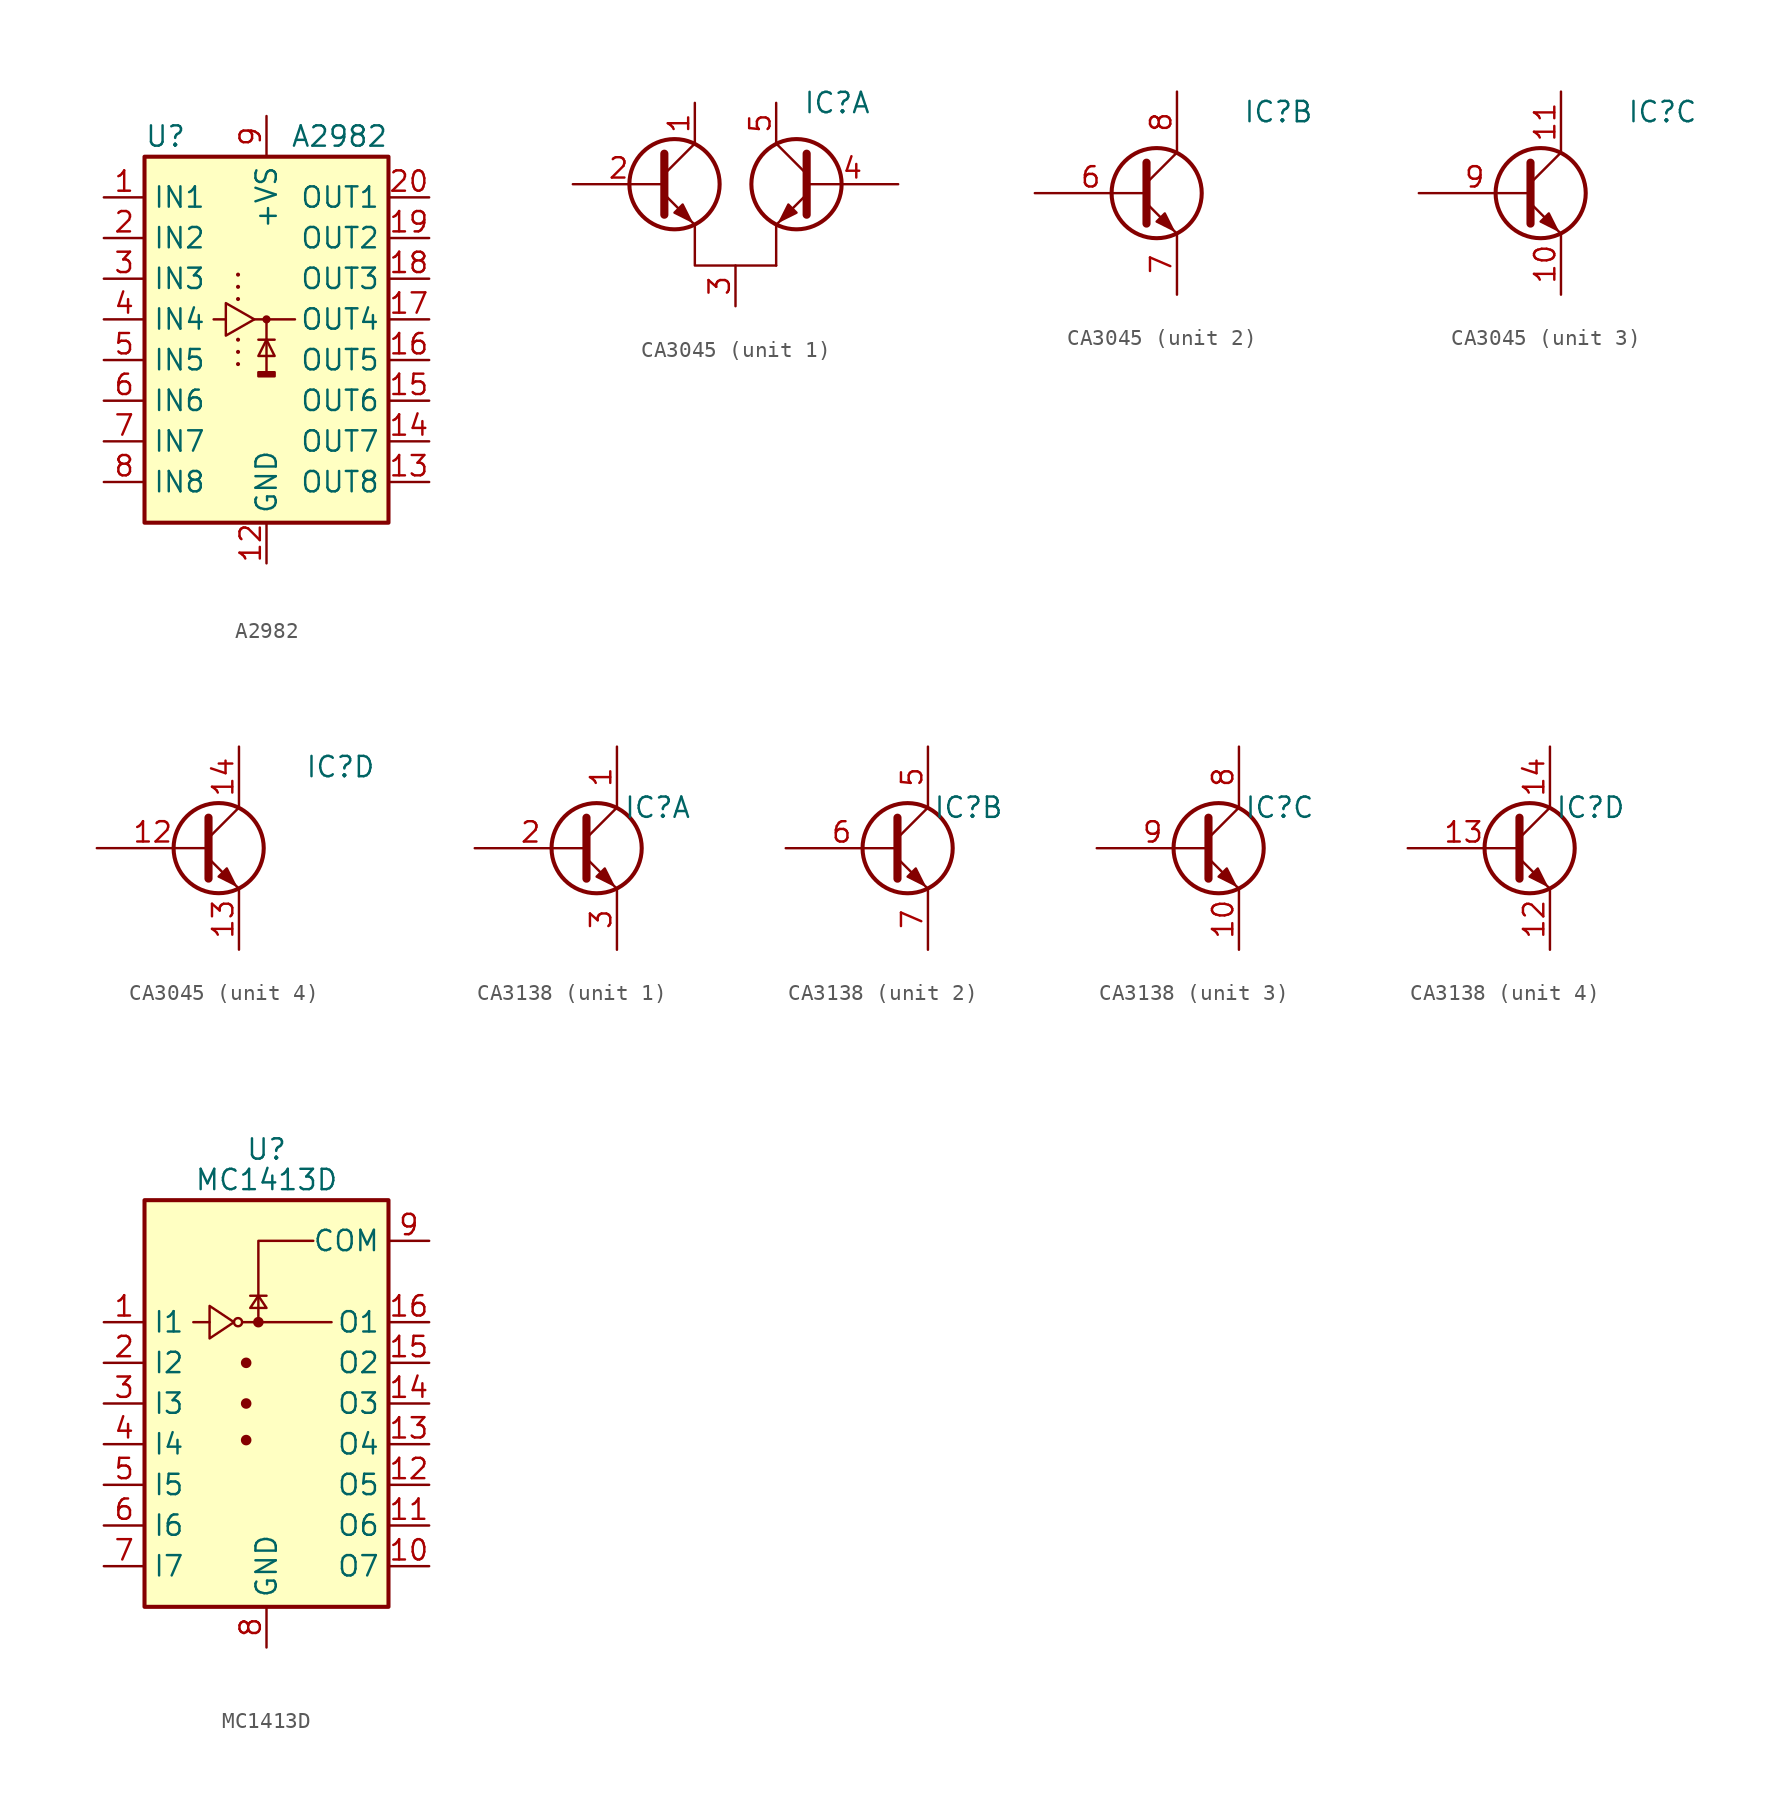
<source format=kicad_sym>
(kicad_symbol_lib
  (version 20231120)
  (generator "kicad_symbol_editor")
  (generator_version "8.0")
  (symbol "A2982"
    (property "Reference" "U"
      (at -7.62 11.43 0)
      (effects (font (size 1.27 1.27)) (justify left)))
    (property "Value" "A2982"
      (at 7.62 11.43 0)
      (effects (font (size 1.27 1.27)) (justify right)))
    (symbol "A2982_0_1"
      (rectangle (start -7.62 10.16) (end 7.62 -12.7) (stroke (width 0.254) (type default)) (fill (type background)))
      (rectangle (start -0.508 -3.302) (end 0.508 -3.556) (stroke (width 0) (type default)) (fill (type outline)))
      (polyline (pts (xy -1.778 -2.794) (xy -1.778 -2.794)) (stroke (width 0.254) (type default)) (fill (type none)))
      (polyline (pts (xy -1.778 -2.032) (xy -1.778 -2.032)) (stroke (width 0.254) (type default)) (fill (type none)))
      (polyline (pts (xy -1.778 -1.27) (xy -1.778 -1.27)) (stroke (width 0.254) (type default)) (fill (type none)))
      (polyline (pts (xy -1.778 1.27) (xy -1.778 1.27)) (stroke (width 0.254) (type default)) (fill (type none)))
      (polyline (pts (xy -1.778 2.032) (xy -1.778 2.032)) (stroke (width 0.254) (type default)) (fill (type none)))
      (polyline (pts (xy -1.778 2.794) (xy -1.778 2.794)) (stroke (width 0.254) (type default)) (fill (type none)))
      (polyline (pts (xy -0.762 0) (xy 1.778 0)) (stroke (width 0) (type default)) (fill (type none)))
      (polyline (pts (xy -0.508 -1.27) (xy 0.508 -1.27)) (stroke (width 0) (type default)) (fill (type none)))
      (polyline (pts (xy 0 0) (xy 0 -3.302)) (stroke (width 0) (type default)) (fill (type none)))
      (polyline (pts (xy 0 0) (xy 0 0)) (stroke (width 0.508) (type default)) (fill (type none)))
      (polyline (pts (xy 0 -1.27) (xy -0.508 -2.286) (xy 0.508 -2.286) (xy 0 -1.27)) (stroke (width 0) (type default)) (fill (type none)))
      (polyline (pts (xy -3.302 0) (xy -2.54 0) (xy -2.54 1.016) (xy -0.762 0) (xy -2.54 -1.016) (xy -2.54 0)) (stroke (width 0) (type default)) (fill (type none))))
    (symbol "A2982_1_1"
      (pin input line (at -10.16 7.62 0) (length 2.54) (name "IN1" (effects (font (size 1.27 1.27)))) (number "1" (effects (font (size 1.27 1.27)))))
      (pin no_connect line (at -2.54 -12.7 90) (length 2.54) hide (name "NC" (effects (font (size 1.27 1.27)))) (number "10" (effects (font (size 1.27 1.27)))))
      (pin no_connect line (at 2.54 -12.7 90) (length 2.54) hide (name "NC" (effects (font (size 1.27 1.27)))) (number "11" (effects (font (size 1.27 1.27)))))
      (pin power_in line (at 0 -15.24 90) (length 2.54) (name "GND" (effects (font (size 1.27 1.27)))) (number "12" (effects (font (size 1.27 1.27)))))
      (pin open_emitter line (at 10.16 -10.16 180) (length 2.54) (name "OUT8" (effects (font (size 1.27 1.27)))) (number "13" (effects (font (size 1.27 1.27)))))
      (pin open_emitter line (at 10.16 -7.62 180) (length 2.54) (name "OUT7" (effects (font (size 1.27 1.27)))) (number "14" (effects (font (size 1.27 1.27)))))
      (pin open_emitter line (at 10.16 -5.08 180) (length 2.54) (name "OUT6" (effects (font (size 1.27 1.27)))) (number "15" (effects (font (size 1.27 1.27)))))
      (pin open_emitter line (at 10.16 -2.54 180) (length 2.54) (name "OUT5" (effects (font (size 1.27 1.27)))) (number "16" (effects (font (size 1.27 1.27)))))
      (pin open_emitter line (at 10.16 0 180) (length 2.54) (name "OUT4" (effects (font (size 1.27 1.27)))) (number "17" (effects (font (size 1.27 1.27)))))
      (pin open_emitter line (at 10.16 2.54 180) (length 2.54) (name "OUT3" (effects (font (size 1.27 1.27)))) (number "18" (effects (font (size 1.27 1.27)))))
      (pin open_emitter line (at 10.16 5.08 180) (length 2.54) (name "OUT2" (effects (font (size 1.27 1.27)))) (number "19" (effects (font (size 1.27 1.27)))))
      (pin input line (at -10.16 5.08 0) (length 2.54) (name "IN2" (effects (font (size 1.27 1.27)))) (number "2" (effects (font (size 1.27 1.27)))))
      (pin open_emitter line (at 10.16 7.62 180) (length 2.54) (name "OUT1" (effects (font (size 1.27 1.27)))) (number "20" (effects (font (size 1.27 1.27)))))
      (pin input line (at -10.16 2.54 0) (length 2.54) (name "IN3" (effects (font (size 1.27 1.27)))) (number "3" (effects (font (size 1.27 1.27)))))
      (pin input line (at -10.16 0 0) (length 2.54) (name "IN4" (effects (font (size 1.27 1.27)))) (number "4" (effects (font (size 1.27 1.27)))))
      (pin input line (at -10.16 -2.54 0) (length 2.54) (name "IN5" (effects (font (size 1.27 1.27)))) (number "5" (effects (font (size 1.27 1.27)))))
      (pin input line (at -10.16 -5.08 0) (length 2.54) (name "IN6" (effects (font (size 1.27 1.27)))) (number "6" (effects (font (size 1.27 1.27)))))
      (pin input line (at -10.16 -7.62 0) (length 2.54) (name "IN7" (effects (font (size 1.27 1.27)))) (number "7" (effects (font (size 1.27 1.27)))))
      (pin input line (at -10.16 -10.16 0) (length 2.54) (name "IN8" (effects (font (size 1.27 1.27)))) (number "8" (effects (font (size 1.27 1.27)))))
      (pin power_in line (at 0 12.7 270) (length 2.54) (name "+VS" (effects (font (size 1.27 1.27)))) (number "9" (effects (font (size 1.27 1.27)))))))
  (symbol "CA3045"
    (property "Reference" "IC"
      (at 6.35 5.08 0)
      (effects (font (size 1.27 1.27))))
    (property "Value" ""
      (at -3.81 0 0)
      (effects (font (size 1.27 1.27))))
    (property "ki_locked" ""
      (at 0 0 0)
      (effects (font (size 1.27 1.27))))
    (symbol "CA3045_1_1"
      (circle (center -3.81 0) (radius 2.819) (stroke (width 0.254) (type default)) (fill (type none)))
      (polyline (pts (xy -4.445 0.635) (xy -2.54 2.54)) (stroke (width 0) (type default)) (fill (type none)))
      (polyline (pts (xy 2.54 -5.08) (xy 2.54 -2.54)) (stroke (width 0) (type default)) (fill (type none)))
      (polyline (pts (xy 4.445 0.635) (xy 2.54 2.54)) (stroke (width 0) (type default)) (fill (type none)))
      (polyline (pts (xy -4.445 -0.635) (xy -2.54 -2.54) (xy -2.54 -2.54)) (stroke (width 0) (type default)) (fill (type none)))
      (polyline (pts (xy -4.445 1.905) (xy -4.445 -1.905) (xy -4.445 -1.905)) (stroke (width 0.508) (type default)) (fill (type none)))
      (polyline (pts (xy 2.54 -5.08) (xy -2.54 -5.08) (xy -2.54 -2.54)) (stroke (width 0) (type default)) (fill (type none)))
      (polyline (pts (xy 4.445 -0.635) (xy 2.54 -2.54) (xy 2.54 -2.54)) (stroke (width 0) (type default)) (fill (type none)))
      (polyline (pts (xy 4.445 1.905) (xy 4.445 -1.905) (xy 4.445 -1.905)) (stroke (width 0.508) (type default)) (fill (type none)))
      (polyline (pts (xy -3.81 -1.778) (xy -3.302 -1.27) (xy -2.794 -2.286) (xy -3.81 -1.778) (xy -3.81 -1.778)) (stroke (width 0) (type default)) (fill (type outline)))
      (polyline (pts (xy 3.81 -1.778) (xy 3.302 -1.27) (xy 2.794 -2.286) (xy 3.81 -1.778) (xy 3.81 -1.778)) (stroke (width 0) (type default)) (fill (type outline)))
      (circle (center 3.81 0) (radius 2.819) (stroke (width 0.254) (type default)) (fill (type none)))
      (pin passive line (at -2.54 5.08 270) (length 2.54) (name "" (effects (font (size 1.27 1.27)))) (number "1" (effects (font (size 1.27 1.27)))))
      (pin input line (at -10.16 0 0) (length 5.715) (name "" (effects (font (size 1.27 1.27)))) (number "2" (effects (font (size 1.27 1.27)))))
      (pin passive line (at 0 -7.62 90) (length 2.54) (name "" (effects (font (size 1.27 1.27)))) (number "3" (effects (font (size 1.27 1.27)))))
      (pin input line (at 10.16 0 180) (length 5.715) (name "" (effects (font (size 1.27 1.27)))) (number "4" (effects (font (size 1.27 1.27)))))
      (pin passive line (at 2.54 5.08 270) (length 2.54) (name "" (effects (font (size 1.27 1.27)))) (number "5" (effects (font (size 1.27 1.27))))))
    (symbol "CA3045_2_1"
      (circle (center -1.27 0) (radius 2.819) (stroke (width 0.254) (type default)) (fill (type none)))
      (polyline (pts (xy -1.905 0.635) (xy 0 2.54)) (stroke (width 0) (type default)) (fill (type none)))
      (polyline (pts (xy -1.905 -0.635) (xy 0 -2.54) (xy 0 -2.54)) (stroke (width 0) (type default)) (fill (type none)))
      (polyline (pts (xy -1.905 1.905) (xy -1.905 -1.905) (xy -1.905 -1.905)) (stroke (width 0.508) (type default)) (fill (type none)))
      (polyline (pts (xy -1.27 -1.778) (xy -0.762 -1.27) (xy -0.254 -2.286) (xy -1.27 -1.778) (xy -1.27 -1.778)) (stroke (width 0) (type default)) (fill (type outline)))
      (pin input line (at -8.89 0 0) (length 6.985) (name "" (effects (font (size 1.27 1.27)))) (number "6" (effects (font (size 1.27 1.27)))))
      (pin passive line (at 0 -6.35 90) (length 3.81) (name "" (effects (font (size 1.27 1.27)))) (number "7" (effects (font (size 1.27 1.27)))))
      (pin passive line (at 0 6.35 270) (length 3.81) (name "C1" (effects (font (size 0 0)))) (number "8" (effects (font (size 1.27 1.27))))))
    (symbol "CA3045_3_1"
      (circle (center -1.27 0) (radius 2.819) (stroke (width 0.254) (type default)) (fill (type none)))
      (polyline (pts (xy -1.905 0.635) (xy 0 2.54)) (stroke (width 0) (type default)) (fill (type none)))
      (polyline (pts (xy -1.905 -0.635) (xy 0 -2.54) (xy 0 -2.54)) (stroke (width 0) (type default)) (fill (type none)))
      (polyline (pts (xy -1.905 1.905) (xy -1.905 -1.905) (xy -1.905 -1.905)) (stroke (width 0.508) (type default)) (fill (type none)))
      (polyline (pts (xy -1.27 -1.778) (xy -0.762 -1.27) (xy -0.254 -2.286) (xy -1.27 -1.778) (xy -1.27 -1.778)) (stroke (width 0) (type default)) (fill (type outline)))
      (pin passive line (at 0 -6.35 90) (length 3.81) (name "" (effects (font (size 1.27 1.27)))) (number "10" (effects (font (size 1.27 1.27)))))
      (pin passive line (at 0 6.35 270) (length 3.81) (name "" (effects (font (size 1.27 1.27)))) (number "11" (effects (font (size 1.27 1.27)))))
      (pin input line (at -8.89 0 0) (length 6.985) (name "" (effects (font (size 1.27 1.27)))) (number "9" (effects (font (size 1.27 1.27))))))
    (symbol "CA3045_4_1"
      (circle (center -1.27 0) (radius 2.819) (stroke (width 0.254) (type default)) (fill (type none)))
      (polyline (pts (xy -1.905 0.635) (xy 0 2.54)) (stroke (width 0) (type default)) (fill (type none)))
      (polyline (pts (xy -1.905 -0.635) (xy 0 -2.54) (xy 0 -2.54)) (stroke (width 0) (type default)) (fill (type none)))
      (polyline (pts (xy -1.905 1.905) (xy -1.905 -1.905) (xy -1.905 -1.905)) (stroke (width 0.508) (type default)) (fill (type none)))
      (polyline (pts (xy -1.27 -1.778) (xy -0.762 -1.27) (xy -0.254 -2.286) (xy -1.27 -1.778) (xy -1.27 -1.778)) (stroke (width 0) (type default)) (fill (type outline)))
      (pin input line (at -8.89 0 0) (length 6.985) (name "" (effects (font (size 1.27 1.27)))) (number "12" (effects (font (size 1.27 1.27)))))
      (pin passive line (at 0 -6.35 90) (length 3.81) (name "" (effects (font (size 1.27 1.27)))) (number "13" (effects (font (size 1.27 1.27)))))
      (pin passive line (at 0 6.35 270) (length 3.81) (name "" (effects (font (size 1.27 1.27)))) (number "14" (effects (font (size 1.27 1.27)))))))
  (symbol "CA3138"
    (property "Reference" "IC"
      (at 2.54 2.54 0)
      (effects (font (size 1.27 1.27))))
    (property "Value" ""
      (at 0 0 0)
      (effects (font (size 1.27 1.27))))
    (property "ki_locked" ""
      (at 0 0 0)
      (effects (font (size 1.27 1.27))))
    (symbol "CA3138_1_1"
      (circle (center -1.27 0) (radius 2.819) (stroke (width 0.254) (type default)) (fill (type none)))
      (polyline (pts (xy -1.905 0.635) (xy 0 2.54)) (stroke (width 0) (type default)) (fill (type none)))
      (polyline (pts (xy -1.905 -0.635) (xy 0 -2.54) (xy 0 -2.54)) (stroke (width 0) (type default)) (fill (type none)))
      (polyline (pts (xy -1.905 1.905) (xy -1.905 -1.905) (xy -1.905 -1.905)) (stroke (width 0.508) (type default)) (fill (type none)))
      (polyline (pts (xy -1.27 -1.778) (xy -0.762 -1.27) (xy -0.254 -2.286) (xy -1.27 -1.778) (xy -1.27 -1.778)) (stroke (width 0) (type default)) (fill (type outline)))
      (pin passive line (at 0 6.35 270) (length 3.81) (name "C1" (effects (font (size 0 0)))) (number "1" (effects (font (size 1.27 1.27)))))
      (pin input line (at -8.89 0 0) (length 6.985) (name "" (effects (font (size 1.27 1.27)))) (number "2" (effects (font (size 1.27 1.27)))))
      (pin passive line (at 0 -6.35 90) (length 3.81) (name "" (effects (font (size 1.27 1.27)))) (number "3" (effects (font (size 1.27 1.27))))))
    (symbol "CA3138_2_1"
      (circle (center -1.27 0) (radius 2.819) (stroke (width 0.254) (type default)) (fill (type none)))
      (polyline (pts (xy -1.905 0.635) (xy 0 2.54)) (stroke (width 0) (type default)) (fill (type none)))
      (polyline (pts (xy -1.905 -0.635) (xy 0 -2.54) (xy 0 -2.54)) (stroke (width 0) (type default)) (fill (type none)))
      (polyline (pts (xy -1.905 1.905) (xy -1.905 -1.905) (xy -1.905 -1.905)) (stroke (width 0.508) (type default)) (fill (type none)))
      (polyline (pts (xy -1.27 -1.778) (xy -0.762 -1.27) (xy -0.254 -2.286) (xy -1.27 -1.778) (xy -1.27 -1.778)) (stroke (width 0) (type default)) (fill (type outline)))
      (pin passive line (at 0 6.35 270) (length 3.81) (name "C1" (effects (font (size 0 0)))) (number "5" (effects (font (size 1.27 1.27)))))
      (pin input line (at -8.89 0 0) (length 6.985) (name "" (effects (font (size 1.27 1.27)))) (number "6" (effects (font (size 1.27 1.27)))))
      (pin passive line (at 0 -6.35 90) (length 3.81) (name "" (effects (font (size 1.27 1.27)))) (number "7" (effects (font (size 1.27 1.27))))))
    (symbol "CA3138_3_1"
      (circle (center -1.27 0) (radius 2.819) (stroke (width 0.254) (type default)) (fill (type none)))
      (polyline (pts (xy -1.905 0.635) (xy 0 2.54)) (stroke (width 0) (type default)) (fill (type none)))
      (polyline (pts (xy -1.905 -0.635) (xy 0 -2.54) (xy 0 -2.54)) (stroke (width 0) (type default)) (fill (type none)))
      (polyline (pts (xy -1.905 1.905) (xy -1.905 -1.905) (xy -1.905 -1.905)) (stroke (width 0.508) (type default)) (fill (type none)))
      (polyline (pts (xy -1.27 -1.778) (xy -0.762 -1.27) (xy -0.254 -2.286) (xy -1.27 -1.778) (xy -1.27 -1.778)) (stroke (width 0) (type default)) (fill (type outline)))
      (pin passive line (at 0 -6.35 90) (length 3.81) (name "" (effects (font (size 1.27 1.27)))) (number "10" (effects (font (size 1.27 1.27)))))
      (pin passive line (at 0 6.35 270) (length 3.81) (name "C1" (effects (font (size 0 0)))) (number "8" (effects (font (size 1.27 1.27)))))
      (pin input line (at -8.89 0 0) (length 6.985) (name "" (effects (font (size 1.27 1.27)))) (number "9" (effects (font (size 1.27 1.27))))))
    (symbol "CA3138_4_1"
      (circle (center -1.27 0) (radius 2.819) (stroke (width 0.254) (type default)) (fill (type none)))
      (polyline (pts (xy -1.905 0.635) (xy 0 2.54)) (stroke (width 0) (type default)) (fill (type none)))
      (polyline (pts (xy -1.905 -0.635) (xy 0 -2.54) (xy 0 -2.54)) (stroke (width 0) (type default)) (fill (type none)))
      (polyline (pts (xy -1.905 1.905) (xy -1.905 -1.905) (xy -1.905 -1.905)) (stroke (width 0.508) (type default)) (fill (type none)))
      (polyline (pts (xy -1.27 -1.778) (xy -0.762 -1.27) (xy -0.254 -2.286) (xy -1.27 -1.778) (xy -1.27 -1.778)) (stroke (width 0) (type default)) (fill (type outline)))
      (pin passive line (at 0 -6.35 90) (length 3.81) (name "" (effects (font (size 1.27 1.27)))) (number "12" (effects (font (size 1.27 1.27)))))
      (pin input line (at -8.89 0 0) (length 6.985) (name "" (effects (font (size 1.27 1.27)))) (number "13" (effects (font (size 1.27 1.27)))))
      (pin passive line (at 0 6.35 270) (length 3.81) (name "C1" (effects (font (size 0 0)))) (number "14" (effects (font (size 1.27 1.27)))))))
  (symbol "MC1413D"
    (property "Reference" "U"
      (at 0 15.875 0)
      (effects (font (size 1.27 1.27))))
    (property "Value" "MC1413D"
      (at 0 13.97 0)
      (effects (font (size 1.27 1.27))))
    (symbol "MC1413D_0_1"
      (rectangle (start -7.62 -12.7) (end 7.62 12.7) (stroke (width 0.254) (type default)) (fill (type background)))
      (circle (center -1.778 5.08) (radius 0.254) (stroke (width 0) (type default)) (fill (type none)))
      (circle (center -1.27 -2.286) (radius 0.254) (stroke (width 0) (type default)) (fill (type outline)))
      (circle (center -1.27 0) (radius 0.254) (stroke (width 0) (type default)) (fill (type outline)))
      (circle (center -1.27 2.54) (radius 0.254) (stroke (width 0) (type default)) (fill (type outline)))
      (circle (center -0.508 5.08) (radius 0.254) (stroke (width 0) (type default)) (fill (type outline)))
      (polyline (pts (xy -4.572 5.08) (xy -3.556 5.08)) (stroke (width 0) (type default)) (fill (type none)))
      (polyline (pts (xy -1.524 5.08) (xy 4.064 5.08)) (stroke (width 0) (type default)) (fill (type none)))
      (polyline (pts (xy 0 6.731) (xy -1.016 6.731)) (stroke (width 0) (type default)) (fill (type none)))
      (polyline (pts (xy -0.508 5.08) (xy -0.508 10.16) (xy 2.921 10.16)) (stroke (width 0) (type default)) (fill (type none)))
      (polyline (pts (xy -3.556 6.096) (xy -3.556 4.064) (xy -2.032 5.08) (xy -3.556 6.096)) (stroke (width 0) (type default)) (fill (type none)))
      (polyline (pts (xy 0 5.969) (xy -1.016 5.969) (xy -0.508 6.731) (xy 0 5.969)) (stroke (width 0) (type default)) (fill (type none))))
    (symbol "MC1413D_1_1"
      (pin input line (at -10.16 5.08 0) (length 2.54) (name "I1" (effects (font (size 1.27 1.27)))) (number "1" (effects (font (size 1.27 1.27)))))
      (pin open_collector line (at 10.16 -10.16 180) (length 2.54) (name "O7" (effects (font (size 1.27 1.27)))) (number "10" (effects (font (size 1.27 1.27)))))
      (pin open_collector line (at 10.16 -7.62 180) (length 2.54) (name "O6" (effects (font (size 1.27 1.27)))) (number "11" (effects (font (size 1.27 1.27)))))
      (pin open_collector line (at 10.16 -5.08 180) (length 2.54) (name "O5" (effects (font (size 1.27 1.27)))) (number "12" (effects (font (size 1.27 1.27)))))
      (pin open_collector line (at 10.16 -2.54 180) (length 2.54) (name "O4" (effects (font (size 1.27 1.27)))) (number "13" (effects (font (size 1.27 1.27)))))
      (pin open_collector line (at 10.16 0 180) (length 2.54) (name "O3" (effects (font (size 1.27 1.27)))) (number "14" (effects (font (size 1.27 1.27)))))
      (pin open_collector line (at 10.16 2.54 180) (length 2.54) (name "O2" (effects (font (size 1.27 1.27)))) (number "15" (effects (font (size 1.27 1.27)))))
      (pin open_collector line (at 10.16 5.08 180) (length 2.54) (name "O1" (effects (font (size 1.27 1.27)))) (number "16" (effects (font (size 1.27 1.27)))))
      (pin input line (at -10.16 2.54 0) (length 2.54) (name "I2" (effects (font (size 1.27 1.27)))) (number "2" (effects (font (size 1.27 1.27)))))
      (pin input line (at -10.16 0 0) (length 2.54) (name "I3" (effects (font (size 1.27 1.27)))) (number "3" (effects (font (size 1.27 1.27)))))
      (pin input line (at -10.16 -2.54 0) (length 2.54) (name "I4" (effects (font (size 1.27 1.27)))) (number "4" (effects (font (size 1.27 1.27)))))
      (pin input line (at -10.16 -5.08 0) (length 2.54) (name "I5" (effects (font (size 1.27 1.27)))) (number "5" (effects (font (size 1.27 1.27)))))
      (pin input line (at -10.16 -7.62 0) (length 2.54) (name "I6" (effects (font (size 1.27 1.27)))) (number "6" (effects (font (size 1.27 1.27)))))
      (pin input line (at -10.16 -10.16 0) (length 2.54) (name "I7" (effects (font (size 1.27 1.27)))) (number "7" (effects (font (size 1.27 1.27)))))
      (pin power_in line (at 0 -15.24 90) (length 2.54) (name "GND" (effects (font (size 1.27 1.27)))) (number "8" (effects (font (size 1.27 1.27)))))
      (pin passive line (at 10.16 10.16 180) (length 2.54) (name "COM" (effects (font (size 1.27 1.27)))) (number "9" (effects (font (size 1.27 1.27))))))))
</source>
